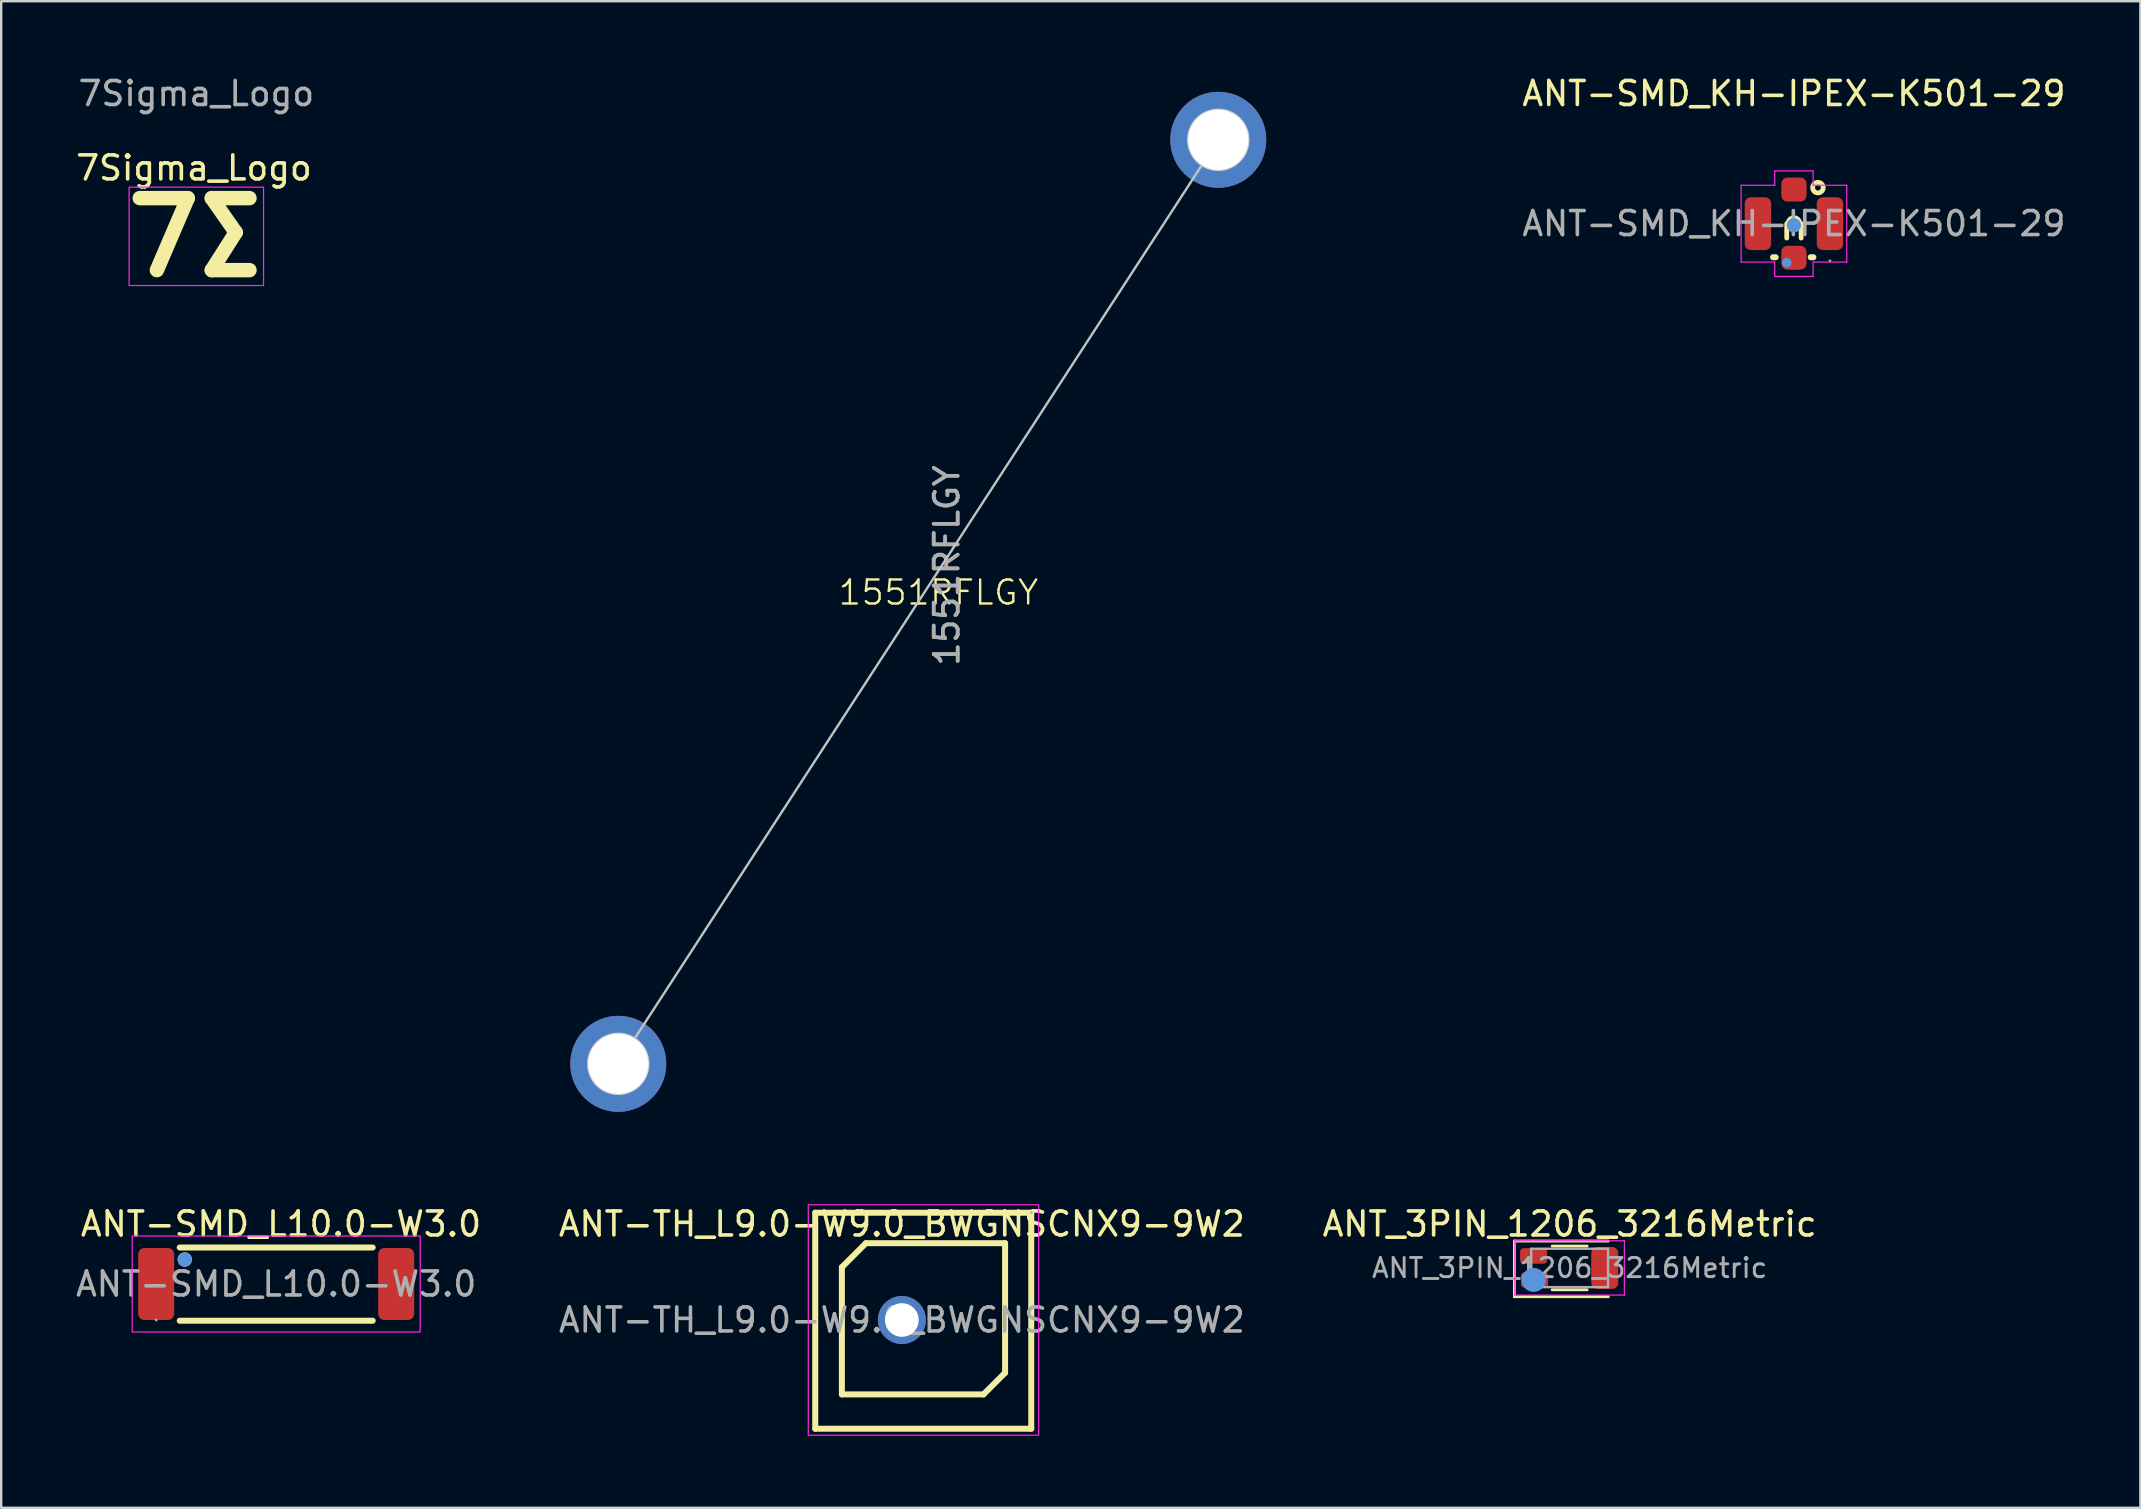
<source format=kicad_pcb>
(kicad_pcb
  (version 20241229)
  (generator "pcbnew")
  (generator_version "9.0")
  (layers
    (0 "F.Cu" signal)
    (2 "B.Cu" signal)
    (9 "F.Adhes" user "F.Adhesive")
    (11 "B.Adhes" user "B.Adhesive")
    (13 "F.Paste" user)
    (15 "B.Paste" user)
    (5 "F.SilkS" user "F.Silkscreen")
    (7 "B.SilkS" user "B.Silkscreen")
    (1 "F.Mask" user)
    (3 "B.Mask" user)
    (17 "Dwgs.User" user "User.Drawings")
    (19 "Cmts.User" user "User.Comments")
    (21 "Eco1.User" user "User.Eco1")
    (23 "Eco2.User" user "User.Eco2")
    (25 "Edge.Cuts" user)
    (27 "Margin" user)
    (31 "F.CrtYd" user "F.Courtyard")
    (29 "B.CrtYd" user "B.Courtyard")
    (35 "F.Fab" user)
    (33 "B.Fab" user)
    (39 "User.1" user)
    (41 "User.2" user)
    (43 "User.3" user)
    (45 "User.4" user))
  (footprint "ANT-TH_L9.0-W9.0_BWGNSCNX9-9W2"
    (layer "F.Cu")
    (at 34.527 51.948)
    (property "Reference" "ANT-TH_L9.0-W9.0_BWGNSCNX9-9W2" (at 0 -4 0) (layer "F.SilkS") (effects (font (size 1 1) (thickness 0.15))))
    (attr through_hole)
    (fp_line (start -3.61 -4.47) (end -3.61 4.53) (stroke (width 0.25) (type solid)) (layer "F.SilkS"))
    (fp_line (start -3.61 4.53) (end 5.39 4.53) (stroke (width 0.25) (type solid)) (layer "F.SilkS"))
    (fp_line (start -2.5 -2.2) (end -2.5 3.1) (stroke (width 0.25) (type solid)) (layer "F.SilkS"))
    (fp_line (start -2.5 3.1) (end 3.4 3.1) (stroke (width 0.25) (type solid)) (layer "F.SilkS"))
    (fp_line (start -1.5 -3.2) (end -2.5 -2.2) (stroke (width 0.25) (type solid)) (layer "F.SilkS"))
    (fp_line (start 3.4 3.1) (end 4.3 2.2) (stroke (width 0.25) (type solid)) (layer "F.SilkS"))
    (fp_line (start 4.3 -3.2) (end -1.5 -3.2) (stroke (width 0.25) (type solid)) (layer "F.SilkS"))
    (fp_line (start 4.3 2.2) (end 4.3 -3.2) (stroke (width 0.25) (type solid)) (layer "F.SilkS"))
    (fp_line (start 5.39 -4.47) (end -3.61 -4.47) (stroke (width 0.25) (type solid)) (layer "F.SilkS"))
    (fp_line (start 5.39 4.53) (end 5.39 -4.47) (stroke (width 0.25) (type solid)) (layer "F.SilkS"))
    (fp_rect (start -3.9 -4.8) (end 5.7 4.8) (stroke (width 0.05) (type default)) (fill no) (layer "F.CrtYd"))
    (fp_circle (center 0 0) (end 0.25 0) (stroke (width 0.5) (type solid)) (fill no) (layer "F.Fab"))
    (fp_circle (center 5.39 -4.47) (end 5.42 -4.47) (stroke (width 0.06) (type solid)) (fill no) (layer "F.Fab"))
    (fp_text user "${REFERENCE}" (at 0 0 0) (layer "F.Fab") (effects (font (size 1 1) (thickness 0.15))))
    (pad "1" thru_hole circle (at 0 0) (size 2 2) (drill 1.4) (layers "*.Cu" "*.Mask")))
  (footprint "7Sigma_Logo"
    (layer "F.Cu")
    (at 5.13 6.848)
    (property "Reference" "7Sigma_Logo" (at -0.1 -2.9 0) (layer "F.SilkS") (effects (font (size 1 1) (thickness 0.15))))
    (attr exclude_from_pos_files exclude_from_bom)
    (fp_rect (start -2.8 -2.1) (end 2.8 2) (stroke (width 0.05) (type solid)) (fill no) (layer "F.CrtYd"))
    (fp_text user "7Σ" (at 0 0 0) (layer "F.SilkS") (effects (font (size 3 3) (thickness 0.6) (bold yes))))
    (fp_text user "${REFERENCE}" (at 0 -6 0) (layer "F.Fab") (effects (font (size 1 1) (thickness 0.15)))))
  (footprint "ANT_3PIN_1206_3216Metric"
    (layer "F.Cu")
    (at 62.349 49.778)
    (property "Reference" "ANT_3PIN_1206_3216Metric" (at 0 -1.83 0) (layer "F.SilkS") (effects (font (size 1 1) (thickness 0.15))))
    (attr smd)
    (fp_line (start -2.3 -1.12) (end -2.3 1.2) (stroke (width 0.12) (type solid)) (layer "F.SilkS"))
    (fp_line (start -2.3 1.2) (end 1.61 1.2) (stroke (width 0.12) (type solid)) (layer "F.SilkS"))
    (fp_line (start -0.727 -0.91) (end 0.727 -0.91) (stroke (width 0.12) (type solid)) (layer "F.SilkS"))
    (fp_line (start -0.727 0.91) (end 0.727 0.91) (stroke (width 0.12) (type solid)) (layer "F.SilkS"))
    (fp_line (start 1.61 -1.12) (end -2.3 -1.12) (stroke (width 0.12) (type solid)) (layer "F.SilkS"))
    (fp_circle (center -1.5 0.5) (end -1.25 0.5) (stroke (width 0.5) (type solid)) (fill no) (layer "Cmts.User"))
    (fp_line (start -2.28 -1.13) (end 2.28 -1.13) (stroke (width 0.05) (type solid)) (layer "F.CrtYd"))
    (fp_line (start -2.28 1.13) (end -2.28 -1.13) (stroke (width 0.05) (type solid)) (layer "F.CrtYd"))
    (fp_line (start 2.28 -1.13) (end 2.28 1.13) (stroke (width 0.05) (type solid)) (layer "F.CrtYd"))
    (fp_line (start 2.28 1.13) (end -2.28 1.13) (stroke (width 0.05) (type solid)) (layer "F.CrtYd"))
    (fp_line (start -1.6 -0.8) (end 1.6 -0.8) (stroke (width 0.1) (type solid)) (layer "F.Fab"))
    (fp_line (start -1.6 0.8) (end -1.6 -0.8) (stroke (width 0.1) (type solid)) (layer "F.Fab"))
    (fp_line (start 1.6 -0.8) (end 1.6 0.8) (stroke (width 0.1) (type solid)) (layer "F.Fab"))
    (fp_line (start 1.6 0.8) (end -1.6 0.8) (stroke (width 0.1) (type solid)) (layer "F.Fab"))
    (fp_text user "${REFERENCE}" (at 0 0 0) (layer "F.Fab") (effects (font (size 0.8 0.8) (thickness 0.12))))
    (pad "1" smd roundrect (at -1.462 0.5) (size 1.125 0.65) (layers "F.Cu" "F.Mask" "F.Paste") (roundrect_rratio 0.222))
    (pad "2" smd roundrect (at -1.5 -0.5) (size 1.125 0.65) (layers "F.Cu" "F.Mask" "F.Paste") (roundrect_rratio 0.222))
    (pad "2" smd roundrect (at 1.462 0) (size 1.125 1.75) (layers "F.Cu" "F.Mask" "F.Paste") (roundrect_rratio 0.222)))
  (footprint "ANT-SMD_KH-IPEX-K501-29"
    (layer "F.Cu")
    (at 71.694 6.268)
    (property "Reference" "ANT-SMD_KH-IPEX-K501-29" (at 0 -5.42 0) (layer "F.SilkS") (effects (font (size 1 1) (thickness 0.15))))
    (attr smd)
    (fp_line (start -0.87 1.4) (end -0.76 1.4) (stroke (width 0.25) (type solid)) (layer "F.SilkS"))
    (fp_line (start -0.3 0.6) (end -0.3 0) (stroke (width 0.2) (type solid)) (layer "F.SilkS"))
    (fp_line (start 0.3 0.6) (end 0.3 0) (stroke (width 0.2) (type solid)) (layer "F.SilkS"))
    (fp_line (start 0.7 1.4) (end 0.81 1.4) (stroke (width 0.25) (type solid)) (layer "F.SilkS"))
    (fp_circle (center 0 0) (end 0.22 0) (stroke (width 0.25) (type solid)) (fill no) (layer "F.SilkS"))
    (fp_circle (center 1 -1.5) (end 1.22 -1.5) (stroke (width 0.2) (type solid)) (fill no) (layer "F.SilkS"))
    (fp_circle (center -0.3 1.63) (end -0.2 1.63) (stroke (width 0.2) (type solid)) (fill no) (layer "Cmts.User"))
    (fp_circle (center 0 0.07) (end 0.15 0.07) (stroke (width 0.3) (type solid)) (fill no) (layer "Cmts.User"))
    (fp_line (start -2.2 -1.6) (end -2.2 1.6) (stroke (width 0.05) (type default)) (layer "F.CrtYd"))
    (fp_line (start -0.8 -2.2) (end -0.8 -1.6) (stroke (width 0.05) (type default)) (layer "F.CrtYd"))
    (fp_line (start -0.8 -1.6) (end -2.2 -1.6) (stroke (width 0.05) (type default)) (layer "F.CrtYd"))
    (fp_line (start -0.8 1.6) (end -2.2 1.6) (stroke (width 0.05) (type default)) (layer "F.CrtYd"))
    (fp_line (start -0.8 1.6) (end -0.8 2.2) (stroke (width 0.05) (type default)) (layer "F.CrtYd"))
    (fp_line (start 0.8 -2.2) (end -0.8 -2.2) (stroke (width 0.05) (type default)) (layer "F.CrtYd"))
    (fp_line (start 0.8 -2.2) (end 0.8 -1.6) (stroke (width 0.05) (type default)) (layer "F.CrtYd"))
    (fp_line (start 0.8 -1.6) (end 2.2 -1.6) (stroke (width 0.05) (type default)) (layer "F.CrtYd"))
    (fp_line (start 0.8 1.6) (end 0.8 2.2) (stroke (width 0.05) (type default)) (layer "F.CrtYd"))
    (fp_line (start 0.8 2.2) (end -0.8 2.2) (stroke (width 0.05) (type default)) (layer "F.CrtYd"))
    (fp_line (start 2.2 -1.6) (end 2.2 1.6) (stroke (width 0.05) (type default)) (layer "F.CrtYd"))
    (fp_line (start 2.2 1.6) (end 0.8 1.6) (stroke (width 0.05) (type default)) (layer "F.CrtYd"))
    (fp_circle (center 1.5 1.55) (end 1.53 1.55) (stroke (width 0.06) (type solid)) (fill no) (layer "F.Fab"))
    (fp_text user "${REFERENCE}" (at 0 0 0) (layer "F.Fab") (effects (font (size 1 1) (thickness 0.15))))
    (pad "1" smd roundrect (at 0 1.42) (size 1.05 1) (layers "F.Cu" "F.Mask" "F.Paste") (roundrect_rratio 0.25))
    (pad "2" smd roundrect (at -1.5 0 90) (size 2.2 1.1) (layers "F.Cu" "F.Mask" "F.Paste") (roundrect_rratio 0.227))
    (pad "3" smd roundrect (at 1.5 0 90) (size 2.2 1.1) (layers "F.Cu" "F.Mask" "F.Paste") (roundrect_rratio 0.227))
    (pad "4" smd roundrect (at 0 -1.42) (size 1.05 1) (layers "F.Cu" "F.Mask" "F.Paste") (roundrect_rratio 0.25)))
  (footprint "ANT-SMD_L10.0-W3.0"
    (layer "F.Cu")
    (at 8.458 50.448)
    (property "Reference" "ANT-SMD_L10.0-W3.0" (at 0.2 -2.5 0) (layer "F.SilkS") (effects (font (size 1 1) (thickness 0.15))))
    (attr smd)
    (fp_line (start -4.02 -1.52) (end 4.02 -1.52) (stroke (width 0.25) (type solid)) (layer "F.SilkS"))
    (fp_line (start -4.02 1.53) (end 4.02 1.53) (stroke (width 0.25) (type solid)) (layer "F.SilkS"))
    (fp_circle (center -3.81 -1.02) (end -3.66 -1.02) (stroke (width 0.3) (type solid)) (fill no) (layer "F.SilkS"))
    (fp_circle (center -3.81 -1.02) (end -3.66 -1.02) (stroke (width 0.3) (type solid)) (fill no) (layer "Cmts.User"))
    (fp_rect (start -6 -2) (end 6 2) (stroke (width 0.05) (type default)) (fill no) (layer "F.CrtYd"))
    (fp_circle (center -5 1.5) (end -4.97 1.5) (stroke (width 0.06) (type solid)) (fill no) (layer "F.Fab"))
    (fp_text user "${REFERENCE}" (at 0 0 0) (layer "F.Fab") (effects (font (size 1 1) (thickness 0.15))))
    (pad "1" smd roundrect (at -5 0) (size 1.5 3) (layers "F.Cu" "F.Mask" "F.Paste") (roundrect_rratio 0.167))
    (pad "2" smd roundrect (at 5 0) (size 1.5 3) (layers "F.Cu" "F.Mask" "F.Paste") (roundrect_rratio 0.167)))
  (footprint "1551RFLGY"
    (layer "F.Cu")
    (at 35.25 22.085)
    (property "Reference" "1551RFLGY" (at 0.8 -0.45 0) (unlocked yes) (layer "F.SilkS") (effects (font (size 1 1) (thickness 0.1))))
    (attr smd)
    (fp_line (start -12.54 19.19) (end 12.46 -19.31) (stroke (width 0.1) (type default)) (layer "Dwgs.User"))
    (fp_line (start -22.04 -15.785) (end -18.79 -15.785) (stroke (width 0.1) (type default)) (layer "Eco1.User"))
    (fp_line (start -22.04 20.965) (end -22.04 -15.785) (stroke (width 0.1) (type default)) (layer "Eco1.User"))
    (fp_line (start -15.79 -22.035) (end 20.96 -22.035) (stroke (width 0.1) (type default)) (layer "Eco1.User"))
    (fp_line (start -15.79 -18.785) (end -15.79 -22.035) (stroke (width 0.1) (type default)) (layer "Eco1.User"))
    (fp_line (start 15.71 18.715) (end 15.71 21.965) (stroke (width 0.1) (type default)) (layer "Eco1.User"))
    (fp_line (start 15.71 21.965) (end -21.04 21.965) (stroke (width 0.1) (type default)) (layer "Eco1.User"))
    (fp_line (start 18.71 15.715) (end 21.96 15.715) (stroke (width 0.1) (type default)) (layer "Eco1.User"))
    (fp_line (start 21.96 -21.035) (end 21.96 15.715) (stroke (width 0.1) (type default)) (layer "Eco1.User"))
    (fp_arc (start -21.04 21.965) (mid -21.747107 21.672107) (end -22.04 20.965) (stroke (width 0.1) (type default)) (layer "Eco1.User"))
    (fp_arc (start -15.79 -18.785) (mid -16.66868 -16.66368) (end -18.79 -15.785) (stroke (width 0.1) (type default)) (layer "Eco1.User"))
    (fp_arc (start 15.71 18.715) (mid 16.588555 16.593555) (end 18.71 15.714999) (stroke (width 0.1) (type default)) (layer "Eco1.User"))
    (fp_arc (start 20.96 -22.035) (mid 21.667107 -21.742107) (end 21.96 -21.035) (stroke (width 0.1) (type default)) (layer "Eco1.User"))
    (fp_circle (center -12.54 19.19) (end -12.54 17.94) (stroke (width 0.1) (type default)) (fill no) (layer "Edge.Cuts"))
    (fp_circle (center 12.46 -19.31) (end 12.46 -20.56) (stroke (width 0.1) (type default)) (fill no) (layer "Edge.Cuts"))
    (fp_text user "${REFERENCE}" (at 1.147 -1.573 90) (unlocked yes) (layer "F.Fab") (effects (font (size 1 1) (thickness 0.15))))
    (fp_text user "${REFERENCE}" (at 1.147 -1.573 90) (unlocked yes) (layer "F.Fab") (effects (font (size 1 1) (thickness 0.15))))
    (pad "" np_thru_hole circle (at -12.54 19.19) (size 4 4) (drill 2.5) (layers "*.Cu" "*.Mask"))
    (pad "" np_thru_hole circle (at 12.46 -19.31) (size 4 4) (drill 2.5) (layers "*.Cu" "*.Mask")))
  (gr_rect
    (start -3 -3)
    (end 86.129 59.773)
    (stroke (width 0.1) (type default))
    (fill no)
    (layer "Edge.Cuts")))
</source>
